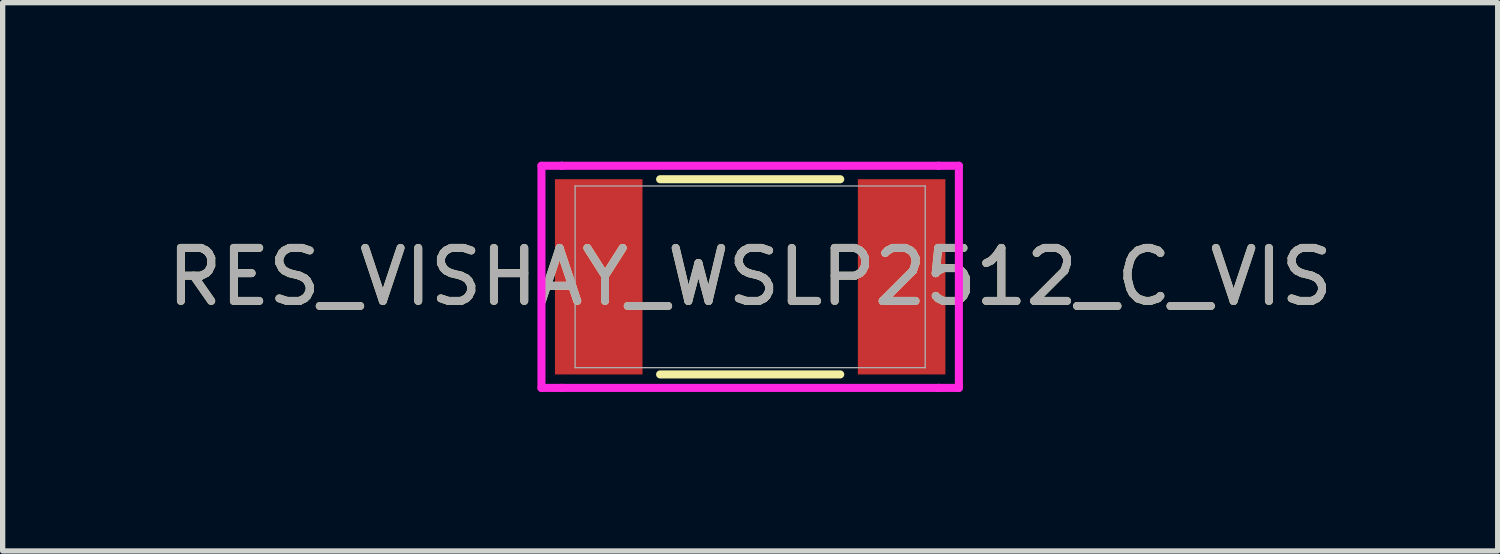
<source format=kicad_pcb>
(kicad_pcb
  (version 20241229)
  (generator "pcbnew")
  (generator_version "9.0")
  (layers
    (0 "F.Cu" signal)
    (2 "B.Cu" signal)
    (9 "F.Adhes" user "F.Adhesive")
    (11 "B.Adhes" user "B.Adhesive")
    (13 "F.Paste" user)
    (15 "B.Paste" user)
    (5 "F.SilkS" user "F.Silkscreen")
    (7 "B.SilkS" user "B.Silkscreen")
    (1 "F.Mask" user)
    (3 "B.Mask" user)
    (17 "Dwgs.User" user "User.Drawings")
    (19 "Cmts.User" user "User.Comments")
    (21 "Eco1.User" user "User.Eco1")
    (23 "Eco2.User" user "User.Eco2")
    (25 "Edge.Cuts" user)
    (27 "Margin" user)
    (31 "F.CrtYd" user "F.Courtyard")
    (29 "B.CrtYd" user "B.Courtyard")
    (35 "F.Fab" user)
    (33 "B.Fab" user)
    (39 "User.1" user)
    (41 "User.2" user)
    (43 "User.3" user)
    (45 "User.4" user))
  (footprint "RES_VISHAY_WSLP2512_C_VIS"
    (layer "F.Cu")
    (at 11.101 2.172)
    (property "Reference" "RES_VISHAY_WSLP2512_C_VIS" (at 0 0 0) (unlocked yes) (layer "F.SilkS") (effects (font (size 1 1) (thickness 0.15))))
    (attr smd)
    (fp_line (start -1.699 1.841) (end 1.699 1.841) (stroke (width 0.152) (type solid)) (layer "F.SilkS"))
    (fp_line (start 1.699 -1.841) (end -1.699 -1.841) (stroke (width 0.152) (type solid)) (layer "F.SilkS"))
    (fp_line (start -3.937 -2.095) (end -3.556 -2.095) (stroke (width 0.152) (type solid)) (layer "F.CrtYd"))
    (fp_line (start -3.937 2.095) (end -3.937 -2.095) (stroke (width 0.152) (type solid)) (layer "F.CrtYd"))
    (fp_line (start -3.556 -2.095) (end -3.556 -2.095) (stroke (width 0.152) (type solid)) (layer "F.CrtYd"))
    (fp_line (start -3.556 -2.095) (end 3.556 -2.095) (stroke (width 0.152) (type solid)) (layer "F.CrtYd"))
    (fp_line (start -3.556 2.095) (end -3.937 2.095) (stroke (width 0.152) (type solid)) (layer "F.CrtYd"))
    (fp_line (start -3.556 2.095) (end -3.556 2.095) (stroke (width 0.152) (type solid)) (layer "F.CrtYd"))
    (fp_line (start 3.556 -2.095) (end 3.556 -2.095) (stroke (width 0.152) (type solid)) (layer "F.CrtYd"))
    (fp_line (start 3.556 -2.095) (end 3.937 -2.095) (stroke (width 0.152) (type solid)) (layer "F.CrtYd"))
    (fp_line (start 3.556 2.095) (end -3.556 2.095) (stroke (width 0.152) (type solid)) (layer "F.CrtYd"))
    (fp_line (start 3.556 2.095) (end 3.556 2.095) (stroke (width 0.152) (type solid)) (layer "F.CrtYd"))
    (fp_line (start 3.937 -2.095) (end 3.937 2.095) (stroke (width 0.152) (type solid)) (layer "F.CrtYd"))
    (fp_line (start 3.937 2.095) (end 3.556 2.095) (stroke (width 0.152) (type solid)) (layer "F.CrtYd"))
    (fp_line (start -3.302 -1.714) (end -3.302 1.714) (stroke (width 0.025) (type solid)) (layer "F.Fab"))
    (fp_line (start -3.302 1.714) (end 3.302 1.714) (stroke (width 0.025) (type solid)) (layer "F.Fab"))
    (fp_line (start 3.302 -1.714) (end -3.302 -1.714) (stroke (width 0.025) (type solid)) (layer "F.Fab"))
    (fp_line (start 3.302 1.714) (end 3.302 -1.714) (stroke (width 0.025) (type solid)) (layer "F.Fab"))
    (fp_text user "${REFERENCE}" (at 0 0 0) (unlocked yes) (layer "F.Fab") (effects (font (size 1 1) (thickness 0.15))))
    (pad "1" smd rect (at -2.857 0) (size 1.651 3.683) (layers "F.Cu" "F.Mask" "F.Paste"))
    (pad "2" smd rect (at 2.857 0) (size 1.651 3.683) (layers "F.Cu" "F.Mask" "F.Paste"))
    (zone (net_name "") (layer "F.Cu") (hatch full 0.508) (connect_pads) (min_thickness 0.254) (filled_areas_thickness no) (keepout (tracks not_allowed) (vias not_allowed) (pads allowed) (copperpour not_allowed) (footprints allowed)) (placement (enabled no)) (fill) (polygon (pts (xy 9.12 0.381) (xy 13.082 0.381) (xy 13.082 3.962) (xy 9.12 3.962)))))
  (gr_rect
    (start -3 -3)
    (end 25.202 7.343)
    (stroke (width 0.1) (type default))
    (fill no)
    (layer "Edge.Cuts")))
</source>
